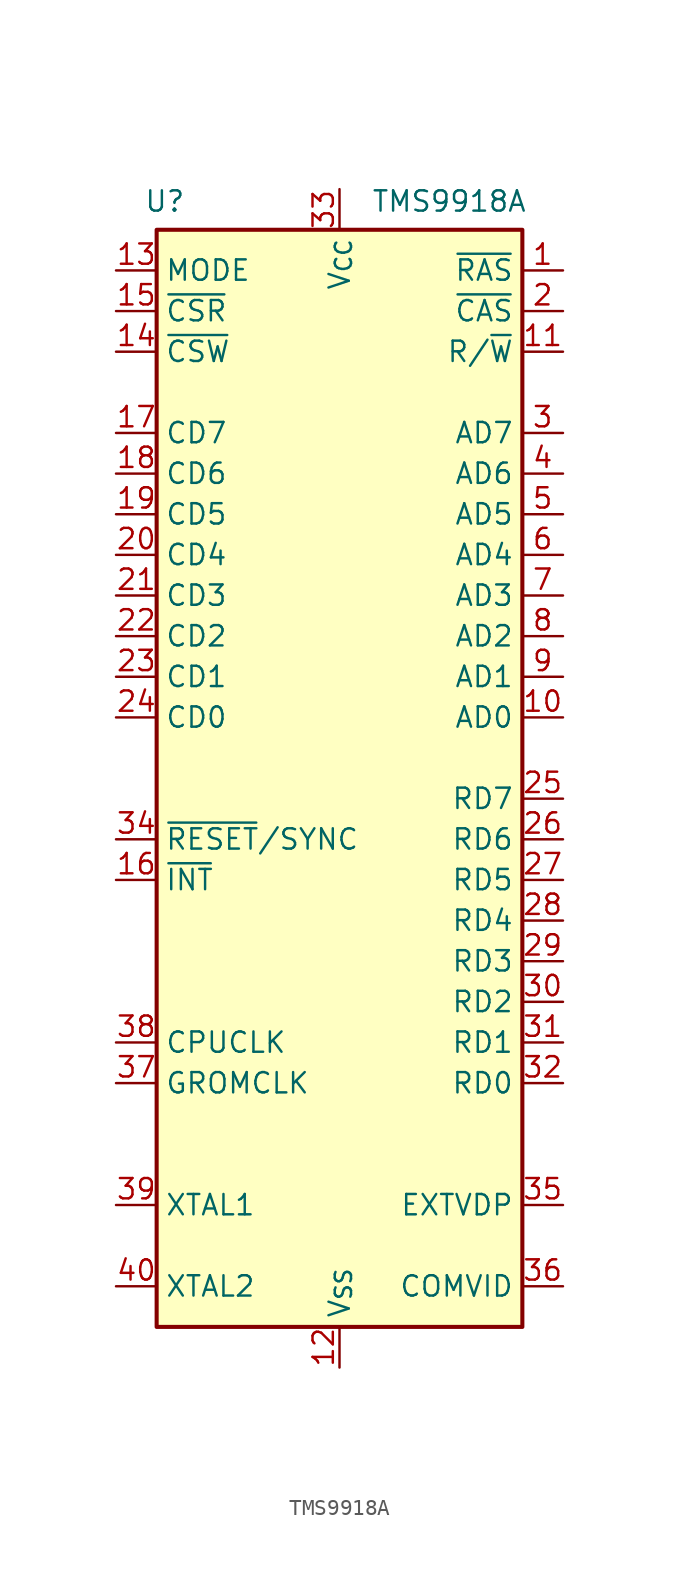
<source format=kicad_sym>
(kicad_symbol_lib
  (version 20231120)
  (generator "kicad_symbol_editor")
  (generator_version "8.0")
  (symbol "TMS9918A"
    (property "Reference" "U"
      (at -10.922 36.068 0)
      (effects (font (size 1.27 1.27))))
    (property "Value" "TMS9918A"
      (at 6.858 36.068 0)
      (effects (font (size 1.27 1.27))))
    (symbol "TMS9918A_0_1"
      (rectangle (start -11.43 34.29) (end 11.43 -34.29) (stroke (width 0.254) (type default)) (fill (type background))))
    (symbol "TMS9918A_1_1"
      (pin output line (at 13.97 31.75 180) (length 2.54) (name "~{RAS}" (effects (font (size 1.27 1.27)))) (number "1" (effects (font (size 1.27 1.27)))))
      (pin bidirectional line (at 13.97 3.81 180) (length 2.54) (name "AD0" (effects (font (size 1.27 1.27)))) (number "10" (effects (font (size 1.27 1.27)))))
      (pin output line (at 13.97 26.67 180) (length 2.54) (name "R/~{W}" (effects (font (size 1.27 1.27)))) (number "11" (effects (font (size 1.27 1.27)))))
      (pin power_in line (at 0 -36.83 90) (length 2.54) (name "V_{SS}" (effects (font (size 1.27 1.27)))) (number "12" (effects (font (size 1.27 1.27)))))
      (pin input line (at -13.97 31.75 0) (length 2.54) (name "MODE" (effects (font (size 1.27 1.27)))) (number "13" (effects (font (size 1.27 1.27)))))
      (pin input line (at -13.97 26.67 0) (length 2.54) (name "~{CSW}" (effects (font (size 1.27 1.27)))) (number "14" (effects (font (size 1.27 1.27)))))
      (pin input line (at -13.97 29.21 0) (length 2.54) (name "~{CSR}" (effects (font (size 1.27 1.27)))) (number "15" (effects (font (size 1.27 1.27)))))
      (pin output line (at -13.97 -6.35 0) (length 2.54) (name "~{INT}" (effects (font (size 1.27 1.27)))) (number "16" (effects (font (size 1.27 1.27)))))
      (pin tri_state line (at -13.97 21.59 0) (length 2.54) (name "CD7" (effects (font (size 1.27 1.27)))) (number "17" (effects (font (size 1.27 1.27)))))
      (pin tri_state line (at -13.97 19.05 0) (length 2.54) (name "CD6" (effects (font (size 1.27 1.27)))) (number "18" (effects (font (size 1.27 1.27)))))
      (pin tri_state line (at -13.97 16.51 0) (length 2.54) (name "CD5" (effects (font (size 1.27 1.27)))) (number "19" (effects (font (size 1.27 1.27)))))
      (pin output line (at 13.97 29.21 180) (length 2.54) (name "~{CAS}" (effects (font (size 1.27 1.27)))) (number "2" (effects (font (size 1.27 1.27)))))
      (pin tri_state line (at -13.97 13.97 0) (length 2.54) (name "CD4" (effects (font (size 1.27 1.27)))) (number "20" (effects (font (size 1.27 1.27)))))
      (pin tri_state line (at -13.97 11.43 0) (length 2.54) (name "CD3" (effects (font (size 1.27 1.27)))) (number "21" (effects (font (size 1.27 1.27)))))
      (pin tri_state line (at -13.97 8.89 0) (length 2.54) (name "CD2" (effects (font (size 1.27 1.27)))) (number "22" (effects (font (size 1.27 1.27)))))
      (pin tri_state line (at -13.97 6.35 0) (length 2.54) (name "CD1" (effects (font (size 1.27 1.27)))) (number "23" (effects (font (size 1.27 1.27)))))
      (pin tri_state line (at -13.97 3.81 0) (length 2.54) (name "CD0" (effects (font (size 1.27 1.27)))) (number "24" (effects (font (size 1.27 1.27)))))
      (pin input line (at 13.97 -1.27 180) (length 2.54) (name "RD7" (effects (font (size 1.27 1.27)))) (number "25" (effects (font (size 1.27 1.27)))))
      (pin input line (at 13.97 -3.81 180) (length 2.54) (name "RD6" (effects (font (size 1.27 1.27)))) (number "26" (effects (font (size 1.27 1.27)))))
      (pin input line (at 13.97 -6.35 180) (length 2.54) (name "RD5" (effects (font (size 1.27 1.27)))) (number "27" (effects (font (size 1.27 1.27)))))
      (pin input line (at 13.97 -8.89 180) (length 2.54) (name "RD4" (effects (font (size 1.27 1.27)))) (number "28" (effects (font (size 1.27 1.27)))))
      (pin input line (at 13.97 -11.43 180) (length 2.54) (name "RD3" (effects (font (size 1.27 1.27)))) (number "29" (effects (font (size 1.27 1.27)))))
      (pin bidirectional line (at 13.97 21.59 180) (length 2.54) (name "AD7" (effects (font (size 1.27 1.27)))) (number "3" (effects (font (size 1.27 1.27)))))
      (pin input line (at 13.97 -13.97 180) (length 2.54) (name "RD2" (effects (font (size 1.27 1.27)))) (number "30" (effects (font (size 1.27 1.27)))))
      (pin input line (at 13.97 -16.51 180) (length 2.54) (name "RD1" (effects (font (size 1.27 1.27)))) (number "31" (effects (font (size 1.27 1.27)))))
      (pin input line (at 13.97 -19.05 180) (length 2.54) (name "RD0" (effects (font (size 1.27 1.27)))) (number "32" (effects (font (size 1.27 1.27)))))
      (pin power_in line (at 0 36.83 270) (length 2.54) (name "V_{CC}" (effects (font (size 1.27 1.27)))) (number "33" (effects (font (size 1.27 1.27)))))
      (pin input line (at -13.97 -3.81 0) (length 2.54) (name "~{RESET}/SYNC" (effects (font (size 1.27 1.27)))) (number "34" (effects (font (size 1.27 1.27)))))
      (pin input line (at 13.97 -26.67 180) (length 2.54) (name "EXTVDP" (effects (font (size 1.27 1.27)))) (number "35" (effects (font (size 1.27 1.27)))))
      (pin output line (at 13.97 -31.75 180) (length 2.54) (name "COMVID" (effects (font (size 1.27 1.27)))) (number "36" (effects (font (size 1.27 1.27)))))
      (pin output line (at -13.97 -19.05 0) (length 2.54) (name "GROMCLK" (effects (font (size 1.27 1.27)))) (number "37" (effects (font (size 1.27 1.27)))))
      (pin output line (at -13.97 -16.51 0) (length 2.54) (name "CPUCLK" (effects (font (size 1.27 1.27)))) (number "38" (effects (font (size 1.27 1.27)))))
      (pin input line (at -13.97 -26.67 0) (length 2.54) (name "XTAL1" (effects (font (size 1.27 1.27)))) (number "39" (effects (font (size 1.27 1.27)))))
      (pin bidirectional line (at 13.97 19.05 180) (length 2.54) (name "AD6" (effects (font (size 1.27 1.27)))) (number "4" (effects (font (size 1.27 1.27)))))
      (pin input line (at -13.97 -31.75 0) (length 2.54) (name "XTAL2" (effects (font (size 1.27 1.27)))) (number "40" (effects (font (size 1.27 1.27)))))
      (pin bidirectional line (at 13.97 16.51 180) (length 2.54) (name "AD5" (effects (font (size 1.27 1.27)))) (number "5" (effects (font (size 1.27 1.27)))))
      (pin bidirectional line (at 13.97 13.97 180) (length 2.54) (name "AD4" (effects (font (size 1.27 1.27)))) (number "6" (effects (font (size 1.27 1.27)))))
      (pin bidirectional line (at 13.97 11.43 180) (length 2.54) (name "AD3" (effects (font (size 1.27 1.27)))) (number "7" (effects (font (size 1.27 1.27)))))
      (pin bidirectional line (at 13.97 8.89 180) (length 2.54) (name "AD2" (effects (font (size 1.27 1.27)))) (number "8" (effects (font (size 1.27 1.27)))))
      (pin bidirectional line (at 13.97 6.35 180) (length 2.54) (name "AD1" (effects (font (size 1.27 1.27)))) (number "9" (effects (font (size 1.27 1.27))))))))
</source>
